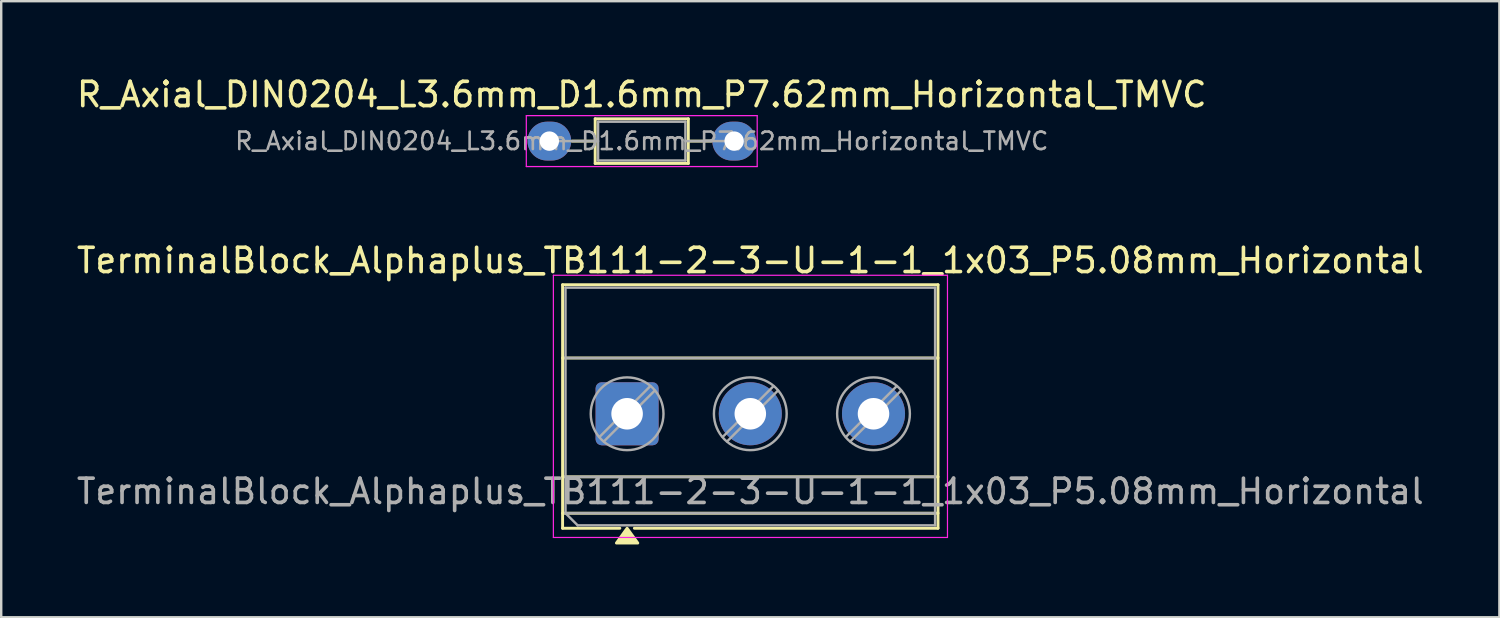
<source format=kicad_pcb>
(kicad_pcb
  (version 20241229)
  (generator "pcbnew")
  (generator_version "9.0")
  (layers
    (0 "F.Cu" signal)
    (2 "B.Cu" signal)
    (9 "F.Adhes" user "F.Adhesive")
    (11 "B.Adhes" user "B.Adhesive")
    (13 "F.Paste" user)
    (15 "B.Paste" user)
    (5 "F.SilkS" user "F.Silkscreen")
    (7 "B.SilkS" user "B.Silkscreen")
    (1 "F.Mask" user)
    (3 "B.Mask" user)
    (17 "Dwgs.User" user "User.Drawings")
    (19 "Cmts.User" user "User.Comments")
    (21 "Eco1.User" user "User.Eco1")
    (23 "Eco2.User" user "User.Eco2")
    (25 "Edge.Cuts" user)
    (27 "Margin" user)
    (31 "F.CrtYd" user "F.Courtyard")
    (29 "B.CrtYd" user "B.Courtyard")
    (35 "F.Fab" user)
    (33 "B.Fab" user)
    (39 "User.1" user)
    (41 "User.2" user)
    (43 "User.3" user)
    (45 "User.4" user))
  (footprint "TerminalBlock_Alphaplus_TB111-2-3-U-1-1_1x03_P5.08mm_Horizontal"
    (layer "F.Cu")
    (at 22.807 14.011)
    (property "Reference" "TerminalBlock_Alphaplus_TB111-2-3-U-1-1_1x03_P5.08mm_Horizontal" (at 5.08 -6.32 0) (layer "F.SilkS") (effects (font (size 1 1) (thickness 0.15))))
    (attr through_hole)
    (fp_line (start -2.66 -5.32) (end 12.82 -5.32) (stroke (width 0.12) (type solid)) (layer "F.SilkS"))
    (fp_line (start -2.66 -2.3) (end 12.82 -2.3) (stroke (width 0.12) (type solid)) (layer "F.SilkS"))
    (fp_line (start -2.66 2.6) (end 12.82 2.6) (stroke (width 0.12) (type solid)) (layer "F.SilkS"))
    (fp_line (start -2.66 4.1) (end 12.82 4.1) (stroke (width 0.12) (type solid)) (layer "F.SilkS"))
    (fp_line (start -2.66 4.72) (end -2.66 -5.32) (stroke (width 0.12) (type solid)) (layer "F.SilkS"))
    (fp_line (start -0.3 4.72) (end -2.66 4.72) (stroke (width 0.12) (type solid)) (layer "F.SilkS"))
    (fp_line (start 12.82 -5.32) (end 12.82 4.72) (stroke (width 0.12) (type solid)) (layer "F.SilkS"))
    (fp_line (start 12.82 4.72) (end 0.3 4.72) (stroke (width 0.12) (type solid)) (layer "F.SilkS"))
    (fp_poly (pts (xy 0 4.72) (xy 0.44 5.33) (xy -0.44 5.33)) (stroke (width 0.12) (type solid)) (fill yes) (layer "F.SilkS"))
    (fp_line (start -3.04 -5.71) (end -3.04 5.1) (stroke (width 0.05) (type solid)) (layer "F.CrtYd"))
    (fp_line (start -3.04 5.1) (end 13.21 5.1) (stroke (width 0.05) (type solid)) (layer "F.CrtYd"))
    (fp_line (start 13.21 -5.71) (end -3.04 -5.71) (stroke (width 0.05) (type solid)) (layer "F.CrtYd"))
    (fp_line (start 13.21 5.1) (end 13.21 -5.71) (stroke (width 0.05) (type solid)) (layer "F.CrtYd"))
    (fp_line (start -2.54 -5.2) (end 12.7 -5.2) (stroke (width 0.1) (type solid)) (layer "F.Fab"))
    (fp_line (start -2.54 -2.3) (end 12.7 -2.3) (stroke (width 0.1) (type solid)) (layer "F.Fab"))
    (fp_line (start -2.54 2.6) (end 12.7 2.6) (stroke (width 0.1) (type solid)) (layer "F.Fab"))
    (fp_line (start -2.54 4.1) (end -2.54 -5.2) (stroke (width 0.1) (type solid)) (layer "F.Fab"))
    (fp_line (start -2.54 4.1) (end 12.7 4.1) (stroke (width 0.1) (type solid)) (layer "F.Fab"))
    (fp_line (start -2.04 4.6) (end -2.54 4.1) (stroke (width 0.1) (type solid)) (layer "F.Fab"))
    (fp_line (start 0.955 -1.138) (end -1.138 0.955) (stroke (width 0.1) (type solid)) (layer "F.Fab"))
    (fp_line (start 1.138 -0.955) (end -0.955 1.138) (stroke (width 0.1) (type solid)) (layer "F.Fab"))
    (fp_line (start 6.035 -1.138) (end 3.942 0.955) (stroke (width 0.1) (type solid)) (layer "F.Fab"))
    (fp_line (start 6.218 -0.955) (end 4.125 1.138) (stroke (width 0.1) (type solid)) (layer "F.Fab"))
    (fp_line (start 11.115 -1.138) (end 9.022 0.955) (stroke (width 0.1) (type solid)) (layer "F.Fab"))
    (fp_line (start 11.298 -0.955) (end 9.205 1.138) (stroke (width 0.1) (type solid)) (layer "F.Fab"))
    (fp_line (start 12.7 -5.2) (end 12.7 4.6) (stroke (width 0.1) (type solid)) (layer "F.Fab"))
    (fp_line (start 12.7 4.6) (end -2.04 4.6) (stroke (width 0.1) (type solid)) (layer "F.Fab"))
    (fp_circle (center 0 0) (end 1.5 0) (stroke (width 0.1) (type solid)) (fill no) (layer "F.Fab"))
    (fp_circle (center 5.08 0) (end 6.58 0) (stroke (width 0.1) (type solid)) (fill no) (layer "F.Fab"))
    (fp_circle (center 10.16 0) (end 11.66 0) (stroke (width 0.1) (type solid)) (fill no) (layer "F.Fab"))
    (fp_text user "${REFERENCE}" (at 5.08 3.2 0) (layer "F.Fab") (effects (font (size 1 1) (thickness 0.15))))
    (pad "1" thru_hole roundrect (at 0 0) (size 2.6 2.6) (drill 1.3) (layers "*.Cu" "*.Mask") (roundrect_rratio 0.096))
    (pad "2" thru_hole circle (at 5.08 0) (size 2.6 2.6) (drill 1.3) (layers "*.Cu" "*.Mask"))
    (pad "3" thru_hole circle (at 10.16 0) (size 2.6 2.6) (drill 1.3) (layers "*.Cu" "*.Mask")))
  (footprint "R_Axial_DIN0204_L3.6mm_D1.6mm_P7.62mm_Horizontal_TMVC"
    (layer "F.Cu")
    (at 19.601 2.768)
    (property "Reference" "R_Axial_DIN0204_L3.6mm_D1.6mm_P7.62mm_Horizontal_TMVC" (at 3.81 -1.92 0) (layer "F.SilkS") (effects (font (size 1 1) (thickness 0.15))))
    (attr through_hole)
    (fp_line (start 0.94 0) (end 1.89 0) (stroke (width 0.12) (type solid)) (layer "F.SilkS"))
    (fp_line (start 1.89 -0.92) (end 1.89 0.92) (stroke (width 0.12) (type solid)) (layer "F.SilkS"))
    (fp_line (start 1.89 0.92) (end 5.73 0.92) (stroke (width 0.12) (type solid)) (layer "F.SilkS"))
    (fp_line (start 5.73 -0.92) (end 1.89 -0.92) (stroke (width 0.12) (type solid)) (layer "F.SilkS"))
    (fp_line (start 5.73 0.92) (end 5.73 -0.92) (stroke (width 0.12) (type solid)) (layer "F.SilkS"))
    (fp_line (start 6.68 0) (end 5.73 0) (stroke (width 0.12) (type solid)) (layer "F.SilkS"))
    (fp_line (start -0.95 -1.05) (end -0.95 1.05) (stroke (width 0.05) (type solid)) (layer "F.CrtYd"))
    (fp_line (start -0.95 1.05) (end 8.57 1.05) (stroke (width 0.05) (type solid)) (layer "F.CrtYd"))
    (fp_line (start 8.57 -1.05) (end -0.95 -1.05) (stroke (width 0.05) (type solid)) (layer "F.CrtYd"))
    (fp_line (start 8.57 1.05) (end 8.57 -1.05) (stroke (width 0.05) (type solid)) (layer "F.CrtYd"))
    (fp_line (start 0 0) (end 2.01 0) (stroke (width 0.1) (type solid)) (layer "F.Fab"))
    (fp_line (start 2.01 -0.8) (end 2.01 0.8) (stroke (width 0.1) (type solid)) (layer "F.Fab"))
    (fp_line (start 2.01 0.8) (end 5.61 0.8) (stroke (width 0.1) (type solid)) (layer "F.Fab"))
    (fp_line (start 5.61 -0.8) (end 2.01 -0.8) (stroke (width 0.1) (type solid)) (layer "F.Fab"))
    (fp_line (start 5.61 0.8) (end 5.61 -0.8) (stroke (width 0.1) (type solid)) (layer "F.Fab"))
    (fp_line (start 7.62 0) (end 5.61 0) (stroke (width 0.1) (type solid)) (layer "F.Fab"))
    (fp_text user "${REFERENCE}" (at 3.81 0 0) (layer "F.Fab") (effects (font (size 0.72 0.72) (thickness 0.108))))
    (pad "1" thru_hole oval (at 0 0) (size 1.8 1.6) (drill 0.8) (layers "*.Cu" "*.Mask"))
    (pad "2" thru_hole oval (at 7.62 0) (size 1.8 1.6) (drill 0.8) (layers "*.Cu" "*.Mask")))
  (gr_rect
    (start -3 -3)
    (end 58.774 22.401)
    (stroke (width 0.1) (type default))
    (fill no)
    (layer "Edge.Cuts")))
</source>
